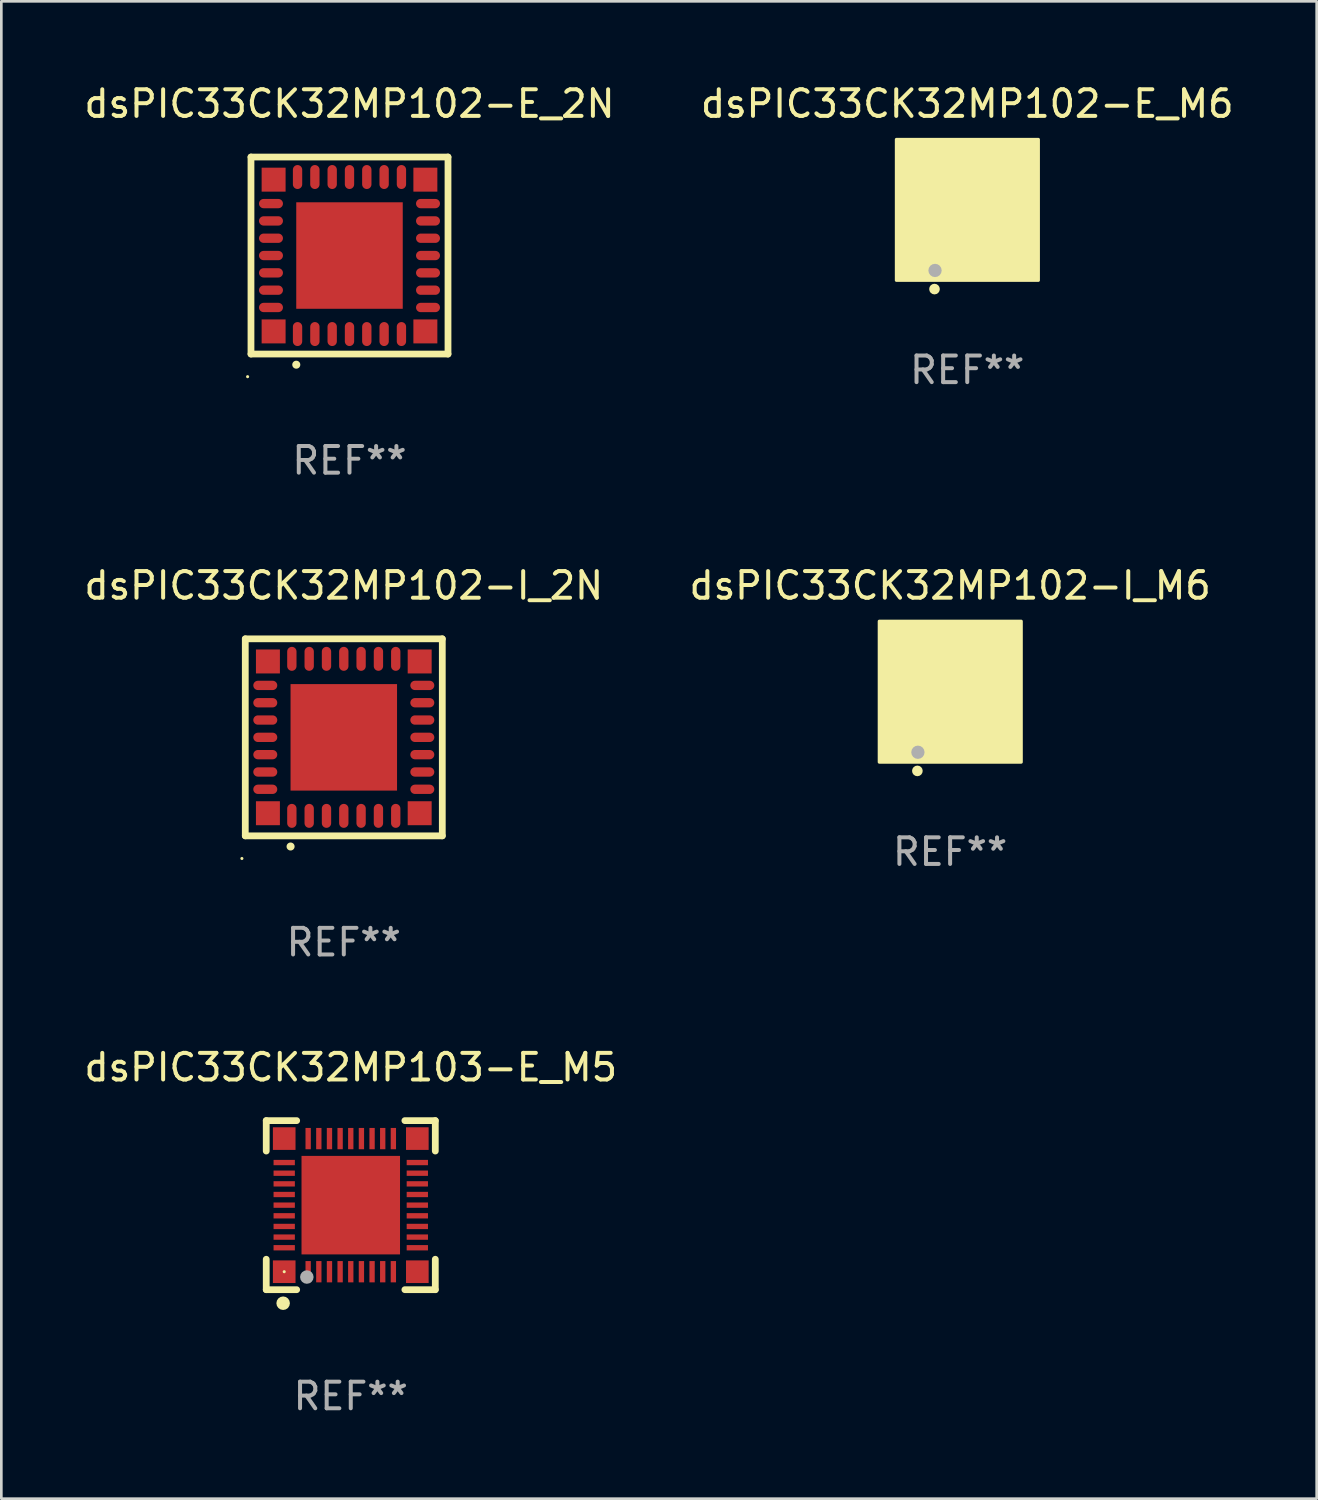
<source format=kicad_pcb>
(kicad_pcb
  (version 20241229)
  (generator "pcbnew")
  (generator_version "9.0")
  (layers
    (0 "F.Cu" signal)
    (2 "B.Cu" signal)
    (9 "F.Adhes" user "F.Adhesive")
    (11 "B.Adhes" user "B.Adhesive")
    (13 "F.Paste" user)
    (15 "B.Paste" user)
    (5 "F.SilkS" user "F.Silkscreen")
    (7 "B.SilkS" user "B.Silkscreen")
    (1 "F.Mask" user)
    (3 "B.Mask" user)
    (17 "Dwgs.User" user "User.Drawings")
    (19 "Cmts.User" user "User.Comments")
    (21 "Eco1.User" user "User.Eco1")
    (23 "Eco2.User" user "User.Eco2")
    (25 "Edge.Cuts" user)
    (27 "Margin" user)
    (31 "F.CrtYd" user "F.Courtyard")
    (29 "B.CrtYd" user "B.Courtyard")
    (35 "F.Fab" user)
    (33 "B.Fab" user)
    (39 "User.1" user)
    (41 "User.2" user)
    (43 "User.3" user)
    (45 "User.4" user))
  (footprint "dsPIC33CK32MP102-I_M6"
    (layer "F.Cu")
    (at 32.637 22.945)
    (property "Reference" "dsPIC33CK32MP102-I_M6" (at 0 -4 0) (layer "F.SilkS") (effects (font (size 1 1) (thickness 0.15))))
    (attr through_hole)
    (fp_circle (center -2 2) (end -1.97 2) (stroke (width 0.06) (type solid)) (fill no) (layer "F.SilkS"))
    (fp_circle (center -1.23 2.96) (end -1.13 2.96) (stroke (width 0.2) (type solid)) (fill no) (layer "F.SilkS"))
    (fp_poly (pts (xy -2.66 -2.66) (xy 2.67 -2.66) (xy 2.67 2.63) (xy -2.66 2.63)) (stroke (width 0.12) (type solid)) (fill yes) (layer "F.SilkS"))
    (fp_circle (center -1.21 2.26) (end -1.085 2.26) (stroke (width 0.25) (type solid)) (fill no) (layer "F.Fab"))
    (fp_text user "REF**" (at 0 6 0) (layer "F.Fab") (effects (font (size 1 1) (thickness 0.15))))
    (pad "1" smd rect (at -1.2 2 180) (size 0.2 0.85) (layers "F.Cu" "F.Mask" "F.Paste"))
    (pad "2" smd rect (at -0.8 2 180) (size 0.2 0.85) (layers "F.Cu" "F.Mask" "F.Paste"))
    (pad "3" smd rect (at -0.4 2 180) (size 0.2 0.85) (layers "F.Cu" "F.Mask" "F.Paste"))
    (pad "4" smd rect (at -0.000025 2 180) (size 0.2 0.85) (layers "F.Cu" "F.Mask" "F.Paste"))
    (pad "5" smd rect (at 0.4 2 180) (size 0.2 0.85) (layers "F.Cu" "F.Mask" "F.Paste"))
    (pad "6" smd rect (at 0.8 2 180) (size 0.2 0.85) (layers "F.Cu" "F.Mask" "F.Paste"))
    (pad "7" smd rect (at 1.2 2 180) (size 0.2 0.85) (layers "F.Cu" "F.Mask" "F.Paste"))
    (pad "8" smd rect (at 2 1.2 270) (size 0.2 0.85) (layers "F.Cu" "F.Mask" "F.Paste"))
    (pad "9" smd rect (at 2 0.8 270) (size 0.2 0.85) (layers "F.Cu" "F.Mask" "F.Paste"))
    (pad "10" smd rect (at 2 0.4 270) (size 0.2 0.85) (layers "F.Cu" "F.Mask" "F.Paste"))
    (pad "11" smd rect (at 2 -0.000025 270) (size 0.2 0.85) (layers "F.Cu" "F.Mask" "F.Paste"))
    (pad "12" smd rect (at 2 -0.4 270) (size 0.2 0.85) (layers "F.Cu" "F.Mask" "F.Paste"))
    (pad "13" smd rect (at 2 -0.8 270) (size 0.2 0.85) (layers "F.Cu" "F.Mask" "F.Paste"))
    (pad "14" smd rect (at 2 -1.2 270) (size 0.2 0.85) (layers "F.Cu" "F.Mask" "F.Paste"))
    (pad "15" smd rect (at 1.2 -2) (size 0.2 0.85) (layers "F.Cu" "F.Mask" "F.Paste"))
    (pad "16" smd rect (at 0.8 -2) (size 0.2 0.85) (layers "F.Cu" "F.Mask" "F.Paste"))
    (pad "17" smd rect (at 0.4 -2) (size 0.2 0.85) (layers "F.Cu" "F.Mask" "F.Paste"))
    (pad "18" smd rect (at -0.000051 -2) (size 0.2 0.85) (layers "F.Cu" "F.Mask" "F.Paste"))
    (pad "19" smd rect (at -0.4 -2) (size 0.2 0.85) (layers "F.Cu" "F.Mask" "F.Paste"))
    (pad "20" smd rect (at -0.8 -2) (size 0.2 0.85) (layers "F.Cu" "F.Mask" "F.Paste"))
    (pad "21" smd rect (at -1.2 -2) (size 0.2 0.85) (layers "F.Cu" "F.Mask" "F.Paste"))
    (pad "22" smd rect (at -2 -1.2 90) (size 0.2 0.85) (layers "F.Cu" "F.Mask" "F.Paste"))
    (pad "23" smd rect (at -2 -0.8 90) (size 0.2 0.85) (layers "F.Cu" "F.Mask" "F.Paste"))
    (pad "24" smd rect (at -2 -0.4 90) (size 0.2 0.85) (layers "F.Cu" "F.Mask" "F.Paste"))
    (pad "25" smd rect (at -2 -0.000025 90) (size 0.2 0.85) (layers "F.Cu" "F.Mask" "F.Paste"))
    (pad "26" smd rect (at -2 0.4 90) (size 0.2 0.85) (layers "F.Cu" "F.Mask" "F.Paste"))
    (pad "27" smd rect (at -2 0.8 90) (size 0.2 0.85) (layers "F.Cu" "F.Mask" "F.Paste"))
    (pad "28" smd rect (at -2 1.2 90) (size 0.2 0.85) (layers "F.Cu" "F.Mask" "F.Paste"))
    (pad "29" smd rect (at -1.95 -1.95 90) (size 0.78 0.78) (layers "F.Cu" "F.Mask" "F.Paste"))
    (pad "29" smd rect (at -1.95 1.95 90) (size 0.78 0.78) (layers "F.Cu" "F.Mask" "F.Paste"))
    (pad "29" smd rect (at 0.000254 0 90) (size 2 2) (layers "F.Cu" "F.Mask" "F.Paste"))
    (pad "29" smd rect (at 1.95 -1.95 90) (size 0.78 0.78) (layers "F.Cu" "F.Mask" "F.Paste"))
    (pad "29" smd rect (at 1.95 1.95 90) (size 0.78 0.78) (layers "F.Cu" "F.Mask" "F.Paste")))
  (footprint "dsPIC33CK32MP102-I_2N"
    (layer "F.Cu")
    (at 9.863 24.645)
    (property "Reference" "dsPIC33CK32MP102-I_2N" (at 0 -5.7 0) (layer "F.SilkS") (effects (font (size 1 1) (thickness 0.15))))
    (attr through_hole)
    (fp_line (start -3.7 -3.7) (end 3.7 -3.7) (stroke (width 0.254) (type solid)) (layer "F.SilkS"))
    (fp_line (start -3.7 3.7) (end -3.7 -3.7) (stroke (width 0.254) (type solid)) (layer "F.SilkS"))
    (fp_line (start 3.7 -3.7) (end 3.7 3.7) (stroke (width 0.254) (type solid)) (layer "F.SilkS"))
    (fp_line (start 3.7 3.7) (end -3.7 3.7) (stroke (width 0.254) (type solid)) (layer "F.SilkS"))
    (fp_arc (start -2 4.1) (mid -1.99873 4.099995) (end -1.99746 4.1) (stroke (width 0.3) (type solid)) (layer "F.SilkS"))
    (fp_circle (center -3.827 4.55) (end -3.797 4.55) (stroke (width 0.06) (type solid)) (fill no) (layer "F.SilkS"))
    (fp_text user "REF**" (at 0 7.7 0) (layer "F.Fab") (effects (font (size 1 1) (thickness 0.15))))
    (pad "1" smd oval (at -1.951 2.949 180) (size 0.35 0.9) (layers "F.Cu" "F.Mask" "F.Paste"))
    (pad "2" smd oval (at -1.3 2.949 180) (size 0.35 0.9) (layers "F.Cu" "F.Mask" "F.Paste"))
    (pad "3" smd oval (at -0.65 2.949 180) (size 0.35 0.9) (layers "F.Cu" "F.Mask" "F.Paste"))
    (pad "4" smd oval (at 0.000051 2.949 180) (size 0.35 0.9) (layers "F.Cu" "F.Mask" "F.Paste"))
    (pad "5" smd oval (at 0.65 2.949 180) (size 0.35 0.9) (layers "F.Cu" "F.Mask" "F.Paste"))
    (pad "6" smd oval (at 1.301 2.949 180) (size 0.35 0.9) (layers "F.Cu" "F.Mask" "F.Paste"))
    (pad "7" smd oval (at 1.951 2.949 180) (size 0.35 0.9) (layers "F.Cu" "F.Mask" "F.Paste"))
    (pad "8" smd oval (at 2.949 1.951 90) (size 0.35 0.9) (layers "F.Cu" "F.Mask" "F.Paste"))
    (pad "9" smd oval (at 2.949 1.301 90) (size 0.35 0.9) (layers "F.Cu" "F.Mask" "F.Paste"))
    (pad "10" smd oval (at 2.949 0.65 90) (size 0.35 0.9) (layers "F.Cu" "F.Mask" "F.Paste"))
    (pad "11" smd oval (at 2.949 0.000051 90) (size 0.35 0.9) (layers "F.Cu" "F.Mask" "F.Paste"))
    (pad "12" smd oval (at 2.949 -0.65 90) (size 0.35 0.9) (layers "F.Cu" "F.Mask" "F.Paste"))
    (pad "13" smd oval (at 2.949 -1.3 90) (size 0.35 0.9) (layers "F.Cu" "F.Mask" "F.Paste"))
    (pad "14" smd oval (at 2.949 -1.951 90) (size 0.35 0.9) (layers "F.Cu" "F.Mask" "F.Paste"))
    (pad "15" smd oval (at 1.951 -2.949 180) (size 0.35 0.9) (layers "F.Cu" "F.Mask" "F.Paste"))
    (pad "16" smd oval (at 1.301 -2.949 180) (size 0.35 0.9) (layers "F.Cu" "F.Mask" "F.Paste"))
    (pad "17" smd oval (at 0.65 -2.949 180) (size 0.35 0.9) (layers "F.Cu" "F.Mask" "F.Paste"))
    (pad "18" smd oval (at 0.000051 -2.949 180) (size 0.35 0.9) (layers "F.Cu" "F.Mask" "F.Paste"))
    (pad "19" smd oval (at -0.65 -2.949 180) (size 0.35 0.9) (layers "F.Cu" "F.Mask" "F.Paste"))
    (pad "20" smd oval (at -1.3 -2.949 180) (size 0.35 0.9) (layers "F.Cu" "F.Mask" "F.Paste"))
    (pad "21" smd oval (at -1.951 -2.949 180) (size 0.35 0.9) (layers "F.Cu" "F.Mask" "F.Paste"))
    (pad "22" smd oval (at -2.949 -1.951 90) (size 0.35 0.9) (layers "F.Cu" "F.Mask" "F.Paste"))
    (pad "23" smd oval (at -2.949 -1.3 90) (size 0.35 0.9) (layers "F.Cu" "F.Mask" "F.Paste"))
    (pad "24" smd oval (at -2.949 -0.65 90) (size 0.35 0.9) (layers "F.Cu" "F.Mask" "F.Paste"))
    (pad "25" smd oval (at -2.949 0.000051 90) (size 0.35 0.9) (layers "F.Cu" "F.Mask" "F.Paste"))
    (pad "26" smd oval (at -2.949 0.65 90) (size 0.35 0.9) (layers "F.Cu" "F.Mask" "F.Paste"))
    (pad "27" smd oval (at -2.949 1.301 90) (size 0.35 0.9) (layers "F.Cu" "F.Mask" "F.Paste"))
    (pad "28" smd oval (at -2.949 1.951 90) (size 0.35 0.9) (layers "F.Cu" "F.Mask" "F.Paste"))
    (pad "29" smd rect (at -2.85 -2.85 90) (size 0.9 0.9) (layers "F.Cu" "F.Mask" "F.Paste"))
    (pad "29" smd rect (at -2.85 2.85 90) (size 0.9 0.9) (layers "F.Cu" "F.Mask" "F.Paste"))
    (pad "29" smd rect (at 0.000051 0.000051 90) (size 4 4) (layers "F.Cu" "F.Mask" "F.Paste"))
    (pad "29" smd rect (at 2.85 -2.85 90) (size 0.9 0.9) (layers "F.Cu" "F.Mask" "F.Paste"))
    (pad "29" smd rect (at 2.85 2.85 90) (size 0.9 0.9) (layers "F.Cu" "F.Mask" "F.Paste")))
  (footprint "dsPIC33CK32MP102-E_M6"
    (layer "F.Cu")
    (at 33.28 4.848)
    (property "Reference" "dsPIC33CK32MP102-E_M6" (at 0 -4 0) (layer "F.SilkS") (effects (font (size 1 1) (thickness 0.15))))
    (attr through_hole)
    (fp_circle (center -2 2) (end -1.97 2) (stroke (width 0.06) (type solid)) (fill no) (layer "F.SilkS"))
    (fp_circle (center -1.23 2.96) (end -1.13 2.96) (stroke (width 0.2) (type solid)) (fill no) (layer "F.SilkS"))
    (fp_poly (pts (xy -2.66 -2.66) (xy 2.67 -2.66) (xy 2.67 2.63) (xy -2.66 2.63)) (stroke (width 0.12) (type solid)) (fill yes) (layer "F.SilkS"))
    (fp_circle (center -1.21 2.26) (end -1.085 2.26) (stroke (width 0.25) (type solid)) (fill no) (layer "F.Fab"))
    (fp_text user "REF**" (at 0 6 0) (layer "F.Fab") (effects (font (size 1 1) (thickness 0.15))))
    (pad "1" smd rect (at -1.2 2 180) (size 0.2 0.85) (layers "F.Cu" "F.Mask" "F.Paste"))
    (pad "2" smd rect (at -0.8 2 180) (size 0.2 0.85) (layers "F.Cu" "F.Mask" "F.Paste"))
    (pad "3" smd rect (at -0.4 2 180) (size 0.2 0.85) (layers "F.Cu" "F.Mask" "F.Paste"))
    (pad "4" smd rect (at -0.000025 2 180) (size 0.2 0.85) (layers "F.Cu" "F.Mask" "F.Paste"))
    (pad "5" smd rect (at 0.4 2 180) (size 0.2 0.85) (layers "F.Cu" "F.Mask" "F.Paste"))
    (pad "6" smd rect (at 0.8 2 180) (size 0.2 0.85) (layers "F.Cu" "F.Mask" "F.Paste"))
    (pad "7" smd rect (at 1.2 2 180) (size 0.2 0.85) (layers "F.Cu" "F.Mask" "F.Paste"))
    (pad "8" smd rect (at 2 1.2 270) (size 0.2 0.85) (layers "F.Cu" "F.Mask" "F.Paste"))
    (pad "9" smd rect (at 2 0.8 270) (size 0.2 0.85) (layers "F.Cu" "F.Mask" "F.Paste"))
    (pad "10" smd rect (at 2 0.4 270) (size 0.2 0.85) (layers "F.Cu" "F.Mask" "F.Paste"))
    (pad "11" smd rect (at 2 -0.000025 270) (size 0.2 0.85) (layers "F.Cu" "F.Mask" "F.Paste"))
    (pad "12" smd rect (at 2 -0.4 270) (size 0.2 0.85) (layers "F.Cu" "F.Mask" "F.Paste"))
    (pad "13" smd rect (at 2 -0.8 270) (size 0.2 0.85) (layers "F.Cu" "F.Mask" "F.Paste"))
    (pad "14" smd rect (at 2 -1.2 270) (size 0.2 0.85) (layers "F.Cu" "F.Mask" "F.Paste"))
    (pad "15" smd rect (at 1.2 -2) (size 0.2 0.85) (layers "F.Cu" "F.Mask" "F.Paste"))
    (pad "16" smd rect (at 0.8 -2) (size 0.2 0.85) (layers "F.Cu" "F.Mask" "F.Paste"))
    (pad "17" smd rect (at 0.4 -2) (size 0.2 0.85) (layers "F.Cu" "F.Mask" "F.Paste"))
    (pad "18" smd rect (at -0.000051 -2) (size 0.2 0.85) (layers "F.Cu" "F.Mask" "F.Paste"))
    (pad "19" smd rect (at -0.4 -2) (size 0.2 0.85) (layers "F.Cu" "F.Mask" "F.Paste"))
    (pad "20" smd rect (at -0.8 -2) (size 0.2 0.85) (layers "F.Cu" "F.Mask" "F.Paste"))
    (pad "21" smd rect (at -1.2 -2) (size 0.2 0.85) (layers "F.Cu" "F.Mask" "F.Paste"))
    (pad "22" smd rect (at -2 -1.2 90) (size 0.2 0.85) (layers "F.Cu" "F.Mask" "F.Paste"))
    (pad "23" smd rect (at -2 -0.8 90) (size 0.2 0.85) (layers "F.Cu" "F.Mask" "F.Paste"))
    (pad "24" smd rect (at -2 -0.4 90) (size 0.2 0.85) (layers "F.Cu" "F.Mask" "F.Paste"))
    (pad "25" smd rect (at -2 -0.000025 90) (size 0.2 0.85) (layers "F.Cu" "F.Mask" "F.Paste"))
    (pad "26" smd rect (at -2 0.4 90) (size 0.2 0.85) (layers "F.Cu" "F.Mask" "F.Paste"))
    (pad "27" smd rect (at -2 0.8 90) (size 0.2 0.85) (layers "F.Cu" "F.Mask" "F.Paste"))
    (pad "28" smd rect (at -2 1.2 90) (size 0.2 0.85) (layers "F.Cu" "F.Mask" "F.Paste"))
    (pad "29" smd rect (at -1.95 -1.95 90) (size 0.78 0.78) (layers "F.Cu" "F.Mask" "F.Paste"))
    (pad "29" smd rect (at -1.95 1.95 90) (size 0.78 0.78) (layers "F.Cu" "F.Mask" "F.Paste"))
    (pad "29" smd rect (at 0.000254 0 90) (size 2 2) (layers "F.Cu" "F.Mask" "F.Paste"))
    (pad "29" smd rect (at 1.95 -1.95 90) (size 0.78 0.78) (layers "F.Cu" "F.Mask" "F.Paste"))
    (pad "29" smd rect (at 1.95 1.95 90) (size 0.78 0.78) (layers "F.Cu" "F.Mask" "F.Paste")))
  (footprint "dsPIC33CK32MP103-E_M5"
    (layer "F.Cu")
    (at 10.125 42.216)
    (property "Reference" "dsPIC33CK32MP103-E_M5" (at 0 -5.175 0) (layer "F.SilkS") (effects (font (size 1 1) (thickness 0.15))))
    (attr through_hole)
    (fp_line (start -3.175 -3.175) (end -2.032 -3.175) (stroke (width 0.254) (type solid)) (layer "F.SilkS"))
    (fp_line (start -3.175 -2.032) (end -3.175 -3.175) (stroke (width 0.254) (type solid)) (layer "F.SilkS"))
    (fp_line (start -3.175 3.175) (end -3.175 2.032) (stroke (width 0.254) (type solid)) (layer "F.SilkS"))
    (fp_line (start -2.032 3.175) (end -3.175 3.175) (stroke (width 0.254) (type solid)) (layer "F.SilkS"))
    (fp_line (start 2.032 -3.175) (end 3.175 -3.175) (stroke (width 0.254) (type solid)) (layer "F.SilkS"))
    (fp_line (start 3.175 -3.175) (end 3.175 -2.032) (stroke (width 0.254) (type solid)) (layer "F.SilkS"))
    (fp_line (start 3.175 2.032) (end 3.175 3.175) (stroke (width 0.254) (type solid)) (layer "F.SilkS"))
    (fp_line (start 3.175 3.175) (end 2.032 3.175) (stroke (width 0.254) (type solid)) (layer "F.SilkS"))
    (fp_circle (center -2.54 3.683) (end -2.413 3.683) (stroke (width 0.254) (type solid)) (fill no) (layer "F.SilkS"))
    (fp_circle (center -2.5 2.5) (end -2.47 2.5) (stroke (width 0.06) (type solid)) (fill no) (layer "F.SilkS"))
    (fp_circle (center -1.65 2.7) (end -1.523 2.7) (stroke (width 0.254) (type solid)) (fill no) (layer "F.Fab"))
    (fp_text user "REF**" (at 0 7.175 0) (layer "F.Fab") (effects (font (size 1 1) (thickness 0.15))))
    (pad "1" smd rect (at -1.6 2.5) (size 0.2 0.8) (layers "F.Cu" "F.Mask" "F.Paste"))
    (pad "2" smd rect (at -1.2 2.5) (size 0.2 0.8) (layers "F.Cu" "F.Mask" "F.Paste"))
    (pad "3" smd rect (at -0.8 2.5) (size 0.2 0.8) (layers "F.Cu" "F.Mask" "F.Paste"))
    (pad "4" smd rect (at -0.4 2.5) (size 0.2 0.8) (layers "F.Cu" "F.Mask" "F.Paste"))
    (pad "5" smd rect (at -0.000051 2.5) (size 0.2 0.8) (layers "F.Cu" "F.Mask" "F.Paste"))
    (pad "6" smd rect (at 0.4 2.5) (size 0.2 0.8) (layers "F.Cu" "F.Mask" "F.Paste"))
    (pad "7" smd rect (at 0.8 2.5) (size 0.2 0.8) (layers "F.Cu" "F.Mask" "F.Paste"))
    (pad "8" smd rect (at 1.2 2.5) (size 0.2 0.8) (layers "F.Cu" "F.Mask" "F.Paste"))
    (pad "9" smd rect (at 1.6 2.5) (size 0.2 0.8) (layers "F.Cu" "F.Mask" "F.Paste"))
    (pad "10" smd rect (at 2.5 1.6 90) (size 0.2 0.8) (layers "F.Cu" "F.Mask" "F.Paste"))
    (pad "11" smd rect (at 2.5 1.2 90) (size 0.2 0.8) (layers "F.Cu" "F.Mask" "F.Paste"))
    (pad "12" smd rect (at 2.5 0.8 90) (size 0.2 0.8) (layers "F.Cu" "F.Mask" "F.Paste"))
    (pad "13" smd rect (at 2.5 0.4 90) (size 0.2 0.8) (layers "F.Cu" "F.Mask" "F.Paste"))
    (pad "14" smd rect (at 2.5 -0.000051 90) (size 0.2 0.8) (layers "F.Cu" "F.Mask" "F.Paste"))
    (pad "15" smd rect (at 2.5 -0.4 90) (size 0.2 0.8) (layers "F.Cu" "F.Mask" "F.Paste"))
    (pad "16" smd rect (at 2.5 -0.8 90) (size 0.2 0.8) (layers "F.Cu" "F.Mask" "F.Paste"))
    (pad "17" smd rect (at 2.5 -1.2 90) (size 0.2 0.8) (layers "F.Cu" "F.Mask" "F.Paste"))
    (pad "18" smd rect (at 2.5 -1.6 90) (size 0.2 0.8) (layers "F.Cu" "F.Mask" "F.Paste"))
    (pad "19" smd rect (at 1.6 -2.5 180) (size 0.2 0.8) (layers "F.Cu" "F.Mask" "F.Paste"))
    (pad "20" smd rect (at 1.2 -2.5 180) (size 0.2 0.8) (layers "F.Cu" "F.Mask" "F.Paste"))
    (pad "21" smd rect (at 0.8 -2.5 180) (size 0.2 0.8) (layers "F.Cu" "F.Mask" "F.Paste"))
    (pad "22" smd rect (at 0.4 -2.5 180) (size 0.2 0.8) (layers "F.Cu" "F.Mask" "F.Paste"))
    (pad "23" smd rect (at -0.000051 -2.5 180) (size 0.2 0.8) (layers "F.Cu" "F.Mask" "F.Paste"))
    (pad "24" smd rect (at -0.4 -2.5 180) (size 0.2 0.8) (layers "F.Cu" "F.Mask" "F.Paste"))
    (pad "25" smd rect (at -0.8 -2.5 180) (size 0.2 0.8) (layers "F.Cu" "F.Mask" "F.Paste"))
    (pad "26" smd rect (at -1.2 -2.5 180) (size 0.2 0.8) (layers "F.Cu" "F.Mask" "F.Paste"))
    (pad "27" smd rect (at -1.6 -2.5 180) (size 0.2 0.8) (layers "F.Cu" "F.Mask" "F.Paste"))
    (pad "28" smd rect (at -2.5 -1.6 270) (size 0.2 0.8) (layers "F.Cu" "F.Mask" "F.Paste"))
    (pad "29" smd rect (at -2.5 -1.2 270) (size 0.2 0.8) (layers "F.Cu" "F.Mask" "F.Paste"))
    (pad "30" smd rect (at -2.5 -0.8 270) (size 0.2 0.8) (layers "F.Cu" "F.Mask" "F.Paste"))
    (pad "31" smd rect (at -2.5 -0.4 270) (size 0.2 0.8) (layers "F.Cu" "F.Mask" "F.Paste"))
    (pad "32" smd rect (at -2.5 -0.000051 270) (size 0.2 0.8) (layers "F.Cu" "F.Mask" "F.Paste"))
    (pad "33" smd rect (at -2.5 0.4 270) (size 0.2 0.8) (layers "F.Cu" "F.Mask" "F.Paste"))
    (pad "34" smd rect (at -2.5 0.8 270) (size 0.2 0.8) (layers "F.Cu" "F.Mask" "F.Paste"))
    (pad "35" smd rect (at -2.5 1.2 270) (size 0.2 0.8) (layers "F.Cu" "F.Mask" "F.Paste"))
    (pad "36" smd rect (at -2.5 1.6 270) (size 0.2 0.8) (layers "F.Cu" "F.Mask" "F.Paste"))
    (pad "37" smd rect (at -2.5 -2.5) (size 0.85 0.85) (layers "F.Cu" "F.Mask" "F.Paste"))
    (pad "37" smd rect (at -2.5 2.5) (size 0.85 0.85) (layers "F.Cu" "F.Mask" "F.Paste"))
    (pad "37" smd rect (at -0.000051 -0.000051) (size 3.7 3.7) (layers "F.Cu" "F.Mask" "F.Paste"))
    (pad "37" smd rect (at 2.5 -2.5) (size 0.85 0.85) (layers "F.Cu" "F.Mask" "F.Paste"))
    (pad "37" smd rect (at 2.5 2.5) (size 0.85 0.85) (layers "F.Cu" "F.Mask" "F.Paste")))
  (footprint "dsPIC33CK32MP102-E_2N"
    (layer "F.Cu")
    (at 10.077 6.548)
    (property "Reference" "dsPIC33CK32MP102-E_2N" (at 0 -5.7 0) (layer "F.SilkS") (effects (font (size 1 1) (thickness 0.15))))
    (attr through_hole)
    (fp_line (start -3.7 -3.7) (end 3.7 -3.7) (stroke (width 0.254) (type solid)) (layer "F.SilkS"))
    (fp_line (start -3.7 3.7) (end -3.7 -3.7) (stroke (width 0.254) (type solid)) (layer "F.SilkS"))
    (fp_line (start 3.7 -3.7) (end 3.7 3.7) (stroke (width 0.254) (type solid)) (layer "F.SilkS"))
    (fp_line (start 3.7 3.7) (end -3.7 3.7) (stroke (width 0.254) (type solid)) (layer "F.SilkS"))
    (fp_arc (start -2 4.1) (mid -1.99873 4.099995) (end -1.99746 4.1) (stroke (width 0.3) (type solid)) (layer "F.SilkS"))
    (fp_circle (center -3.827 4.55) (end -3.797 4.55) (stroke (width 0.06) (type solid)) (fill no) (layer "F.SilkS"))
    (fp_text user "REF**" (at 0 7.7 0) (layer "F.Fab") (effects (font (size 1 1) (thickness 0.15))))
    (pad "1" smd oval (at -1.951 2.949 180) (size 0.35 0.9) (layers "F.Cu" "F.Mask" "F.Paste"))
    (pad "2" smd oval (at -1.3 2.949 180) (size 0.35 0.9) (layers "F.Cu" "F.Mask" "F.Paste"))
    (pad "3" smd oval (at -0.65 2.949 180) (size 0.35 0.9) (layers "F.Cu" "F.Mask" "F.Paste"))
    (pad "4" smd oval (at 0.000051 2.949 180) (size 0.35 0.9) (layers "F.Cu" "F.Mask" "F.Paste"))
    (pad "5" smd oval (at 0.65 2.949 180) (size 0.35 0.9) (layers "F.Cu" "F.Mask" "F.Paste"))
    (pad "6" smd oval (at 1.301 2.949 180) (size 0.35 0.9) (layers "F.Cu" "F.Mask" "F.Paste"))
    (pad "7" smd oval (at 1.951 2.949 180) (size 0.35 0.9) (layers "F.Cu" "F.Mask" "F.Paste"))
    (pad "8" smd oval (at 2.949 1.951 90) (size 0.35 0.9) (layers "F.Cu" "F.Mask" "F.Paste"))
    (pad "9" smd oval (at 2.949 1.301 90) (size 0.35 0.9) (layers "F.Cu" "F.Mask" "F.Paste"))
    (pad "10" smd oval (at 2.949 0.65 90) (size 0.35 0.9) (layers "F.Cu" "F.Mask" "F.Paste"))
    (pad "11" smd oval (at 2.949 0.000051 90) (size 0.35 0.9) (layers "F.Cu" "F.Mask" "F.Paste"))
    (pad "12" smd oval (at 2.949 -0.65 90) (size 0.35 0.9) (layers "F.Cu" "F.Mask" "F.Paste"))
    (pad "13" smd oval (at 2.949 -1.3 90) (size 0.35 0.9) (layers "F.Cu" "F.Mask" "F.Paste"))
    (pad "14" smd oval (at 2.949 -1.951 90) (size 0.35 0.9) (layers "F.Cu" "F.Mask" "F.Paste"))
    (pad "15" smd oval (at 1.951 -2.949 180) (size 0.35 0.9) (layers "F.Cu" "F.Mask" "F.Paste"))
    (pad "16" smd oval (at 1.301 -2.949 180) (size 0.35 0.9) (layers "F.Cu" "F.Mask" "F.Paste"))
    (pad "17" smd oval (at 0.65 -2.949 180) (size 0.35 0.9) (layers "F.Cu" "F.Mask" "F.Paste"))
    (pad "18" smd oval (at 0.000051 -2.949 180) (size 0.35 0.9) (layers "F.Cu" "F.Mask" "F.Paste"))
    (pad "19" smd oval (at -0.65 -2.949 180) (size 0.35 0.9) (layers "F.Cu" "F.Mask" "F.Paste"))
    (pad "20" smd oval (at -1.3 -2.949 180) (size 0.35 0.9) (layers "F.Cu" "F.Mask" "F.Paste"))
    (pad "21" smd oval (at -1.951 -2.949 180) (size 0.35 0.9) (layers "F.Cu" "F.Mask" "F.Paste"))
    (pad "22" smd oval (at -2.949 -1.951 90) (size 0.35 0.9) (layers "F.Cu" "F.Mask" "F.Paste"))
    (pad "23" smd oval (at -2.949 -1.3 90) (size 0.35 0.9) (layers "F.Cu" "F.Mask" "F.Paste"))
    (pad "24" smd oval (at -2.949 -0.65 90) (size 0.35 0.9) (layers "F.Cu" "F.Mask" "F.Paste"))
    (pad "25" smd oval (at -2.949 0.000051 90) (size 0.35 0.9) (layers "F.Cu" "F.Mask" "F.Paste"))
    (pad "26" smd oval (at -2.949 0.65 90) (size 0.35 0.9) (layers "F.Cu" "F.Mask" "F.Paste"))
    (pad "27" smd oval (at -2.949 1.301 90) (size 0.35 0.9) (layers "F.Cu" "F.Mask" "F.Paste"))
    (pad "28" smd oval (at -2.949 1.951 90) (size 0.35 0.9) (layers "F.Cu" "F.Mask" "F.Paste"))
    (pad "29" smd rect (at -2.85 -2.85 90) (size 0.9 0.9) (layers "F.Cu" "F.Mask" "F.Paste"))
    (pad "29" smd rect (at -2.85 2.85 90) (size 0.9 0.9) (layers "F.Cu" "F.Mask" "F.Paste"))
    (pad "29" smd rect (at 0.000051 0.000051 90) (size 4 4) (layers "F.Cu" "F.Mask" "F.Paste"))
    (pad "29" smd rect (at 2.85 -2.85 90) (size 0.9 0.9) (layers "F.Cu" "F.Mask" "F.Paste"))
    (pad "29" smd rect (at 2.85 2.85 90) (size 0.9 0.9) (layers "F.Cu" "F.Mask" "F.Paste")))
  (gr_rect
    (start -3 -3)
    (end 46.405 53.24)
    (stroke (width 0.1) (type default))
    (fill no)
    (layer "Edge.Cuts")))
</source>
